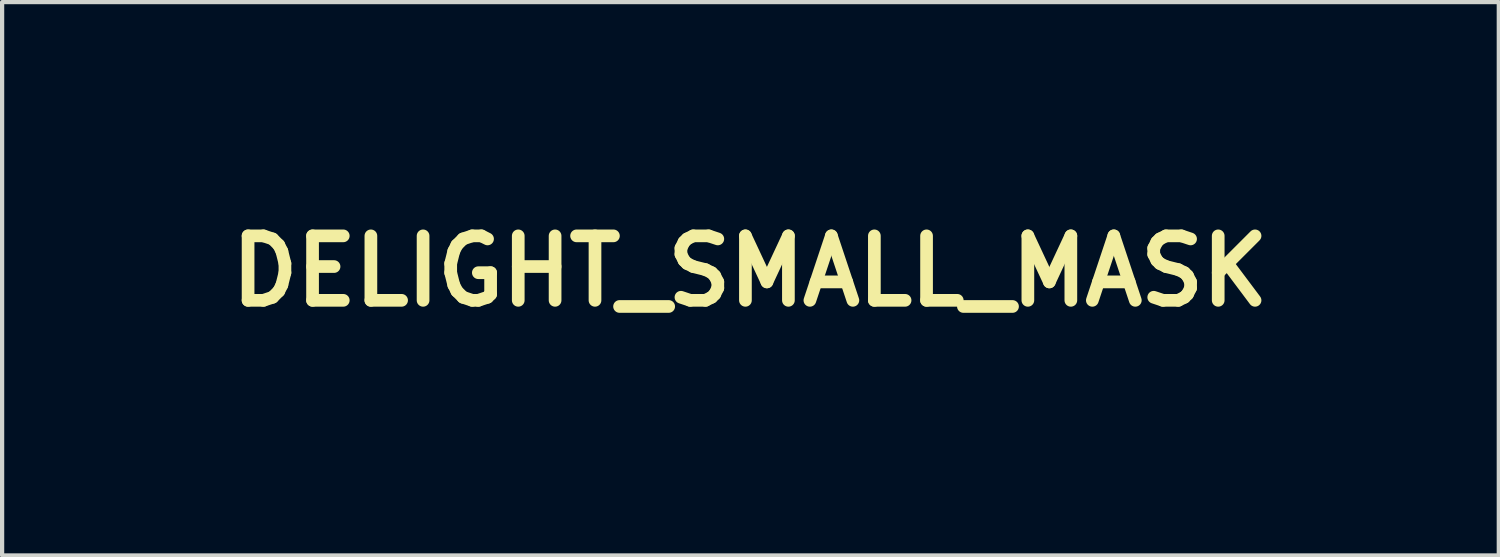
<source format=kicad_pcb>
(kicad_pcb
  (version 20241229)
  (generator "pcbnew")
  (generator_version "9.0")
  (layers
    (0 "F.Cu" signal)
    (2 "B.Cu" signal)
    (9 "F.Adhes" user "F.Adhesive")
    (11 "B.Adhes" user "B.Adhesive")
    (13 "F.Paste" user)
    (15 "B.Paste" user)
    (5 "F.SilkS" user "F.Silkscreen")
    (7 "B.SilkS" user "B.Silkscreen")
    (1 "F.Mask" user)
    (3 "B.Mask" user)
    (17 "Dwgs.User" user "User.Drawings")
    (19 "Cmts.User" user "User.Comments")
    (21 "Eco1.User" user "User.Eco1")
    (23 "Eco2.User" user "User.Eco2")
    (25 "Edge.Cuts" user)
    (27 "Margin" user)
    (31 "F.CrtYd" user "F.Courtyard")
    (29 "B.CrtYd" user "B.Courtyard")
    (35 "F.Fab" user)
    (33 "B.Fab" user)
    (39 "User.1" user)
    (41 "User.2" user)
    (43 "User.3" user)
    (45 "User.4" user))
  (footprint "DELIGHT_SMALL_MASK"
    (layer "F.Cu")
    (at 14.68 3.36)
    (property "Reference" "DELIGHT_SMALL_MASK" (at 0 0 0) (layer "F.SilkS") (effects (font (size 1.524 1.524) (thickness 0.3))))
    (attr through_hole)
    (fp_line (start -11.13 3.52) (end 11.17 3.52) (stroke (width 0.4) (type solid)) (layer "F.Mask"))
    (fp_line (start -11.11 -3.16) (end 11.17 -3.16) (stroke (width 0.4) (type solid)) (layer "F.Mask"))
    (fp_arc (start -11.14 3.52) (mid -14.48 0.18) (end -11.14 -3.16) (stroke (width 0.4) (type solid)) (layer "F.Mask"))
    (fp_arc (start 11.16 -3.16) (mid 14.5 0.18) (end 11.16 3.52) (stroke (width 0.4) (type solid)) (layer "F.Mask"))
    (fp_text user "DELIGHT" (at 0 0 0) (layer "F.Mask") (effects (font (size 2 4) (thickness 0.35)))))
  (gr_rect
    (start -3 -3)
    (end 32.38 10.08)
    (stroke (width 0.1) (type default))
    (fill no)
    (layer "Edge.Cuts")))
</source>
